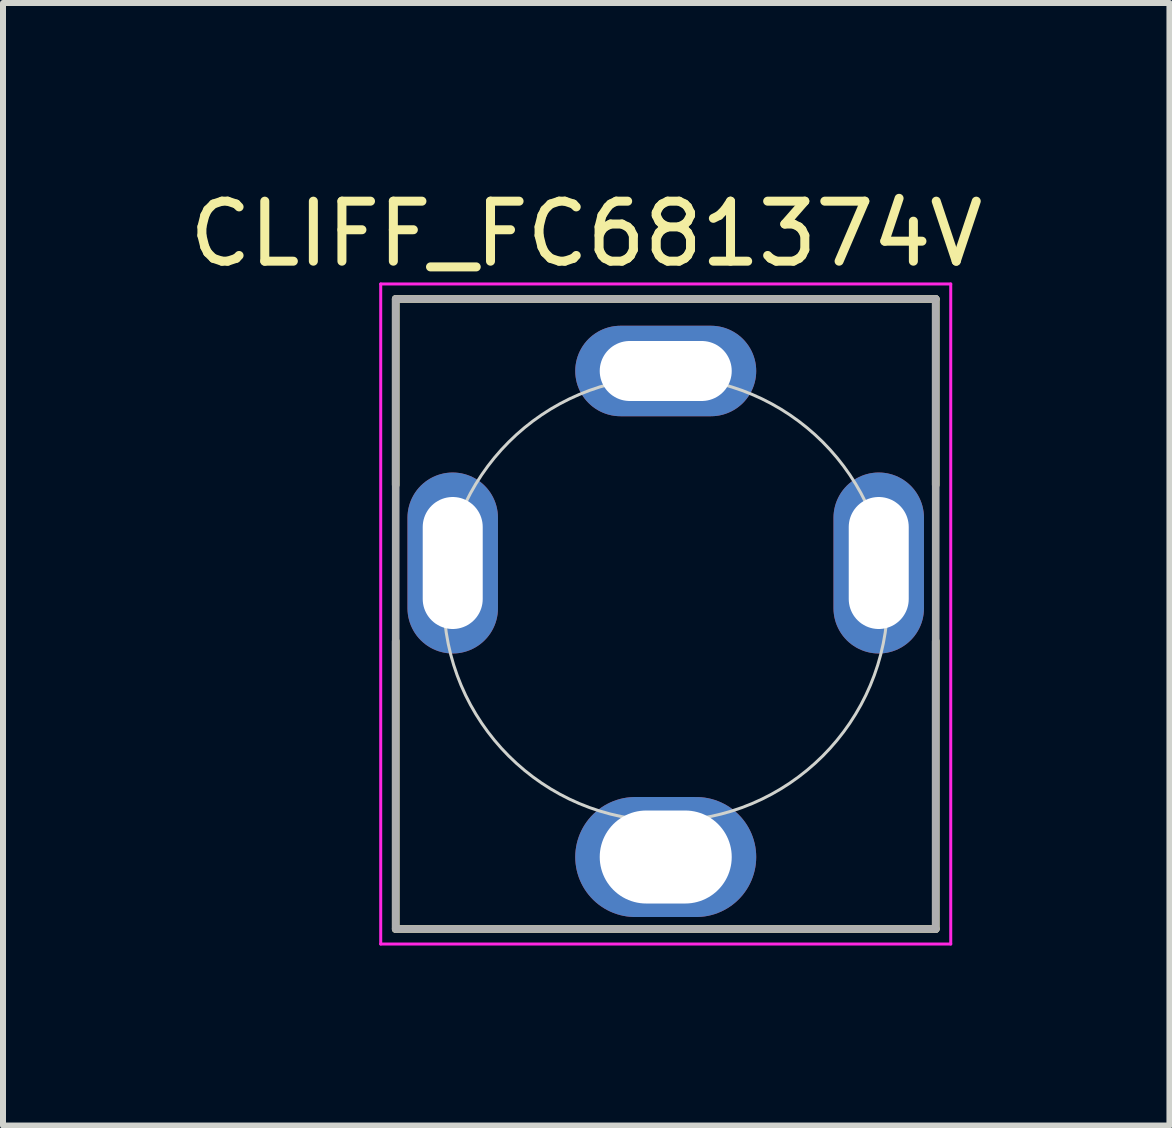
<source format=kicad_pcb>
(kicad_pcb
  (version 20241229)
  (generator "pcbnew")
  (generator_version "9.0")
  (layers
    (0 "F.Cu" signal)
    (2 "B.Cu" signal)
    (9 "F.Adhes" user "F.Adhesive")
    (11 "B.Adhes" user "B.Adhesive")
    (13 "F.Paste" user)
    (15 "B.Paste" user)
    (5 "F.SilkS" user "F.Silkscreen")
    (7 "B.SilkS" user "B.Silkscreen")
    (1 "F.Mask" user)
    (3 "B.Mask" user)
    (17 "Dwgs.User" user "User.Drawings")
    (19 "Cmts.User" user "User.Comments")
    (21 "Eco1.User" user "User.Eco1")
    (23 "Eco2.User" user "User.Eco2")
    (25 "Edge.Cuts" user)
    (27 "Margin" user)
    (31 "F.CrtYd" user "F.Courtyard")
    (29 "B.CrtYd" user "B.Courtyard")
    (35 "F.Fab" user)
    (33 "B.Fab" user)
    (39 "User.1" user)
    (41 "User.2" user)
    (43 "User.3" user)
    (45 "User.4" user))
  (footprint "CLIFF_FC681374V"
    (layer "F.Cu")
    (at 8.045 7.183)
    (property "Reference" "CLIFF_FC681374V" (at -1.325 -6.335 0) (layer "F.SilkS") (effects (font (size 1 1) (thickness 0.15))))
    (attr through_hole)
    (fp_line (start -4.5 -5.25) (end -4.5 -2.15) (stroke (width 0.127) (type solid)) (layer "F.SilkS"))
    (fp_line (start -4.5 -5.25) (end 4.5 -5.25) (stroke (width 0.127) (type solid)) (layer "F.SilkS"))
    (fp_line (start -4.5 5.25) (end -4.5 0.45) (stroke (width 0.127) (type solid)) (layer "F.SilkS"))
    (fp_line (start 4.5 -5.25) (end 4.5 -2.15) (stroke (width 0.127) (type solid)) (layer "F.SilkS"))
    (fp_line (start 4.5 5.25) (end -4.5 5.25) (stroke (width 0.127) (type solid)) (layer "F.SilkS"))
    (fp_line (start 4.5 5.25) (end 4.5 0.45) (stroke (width 0.127) (type solid)) (layer "F.SilkS"))
    (fp_circle (center 0 -0.25) (end 3.7 -0.25) (stroke (width 0.05) (type default)) (fill no) (layer "Edge.Cuts"))
    (fp_line (start -4.75 -5.5) (end 4.75 -5.5) (stroke (width 0.05) (type solid)) (layer "F.CrtYd"))
    (fp_line (start -4.75 5.5) (end -4.75 -5.5) (stroke (width 0.05) (type solid)) (layer "F.CrtYd"))
    (fp_line (start 4.75 -5.5) (end 4.75 5.5) (stroke (width 0.05) (type solid)) (layer "F.CrtYd"))
    (fp_line (start 4.75 5.5) (end -4.75 5.5) (stroke (width 0.05) (type solid)) (layer "F.CrtYd"))
    (fp_line (start -4.5 -5.25) (end 4.5 -5.25) (stroke (width 0.127) (type solid)) (layer "F.Fab"))
    (fp_line (start -4.5 5.25) (end -4.5 -5.25) (stroke (width 0.127) (type solid)) (layer "F.Fab"))
    (fp_line (start 4.5 -5.25) (end 4.5 5.25) (stroke (width 0.127) (type solid)) (layer "F.Fab"))
    (fp_line (start 4.5 5.25) (end -4.5 5.25) (stroke (width 0.127) (type solid)) (layer "F.Fab"))
    (pad "1" thru_hole oval (at 3.55 -0.85) (size 1.508 3.016) (drill oval 1 2.2) (layers "*.Cu" "*.Mask"))
    (pad "2" thru_hole oval (at 0 -4.05) (size 3.016 1.508) (drill oval 2.2 1) (layers "*.Cu" "*.Mask"))
    (pad "4" thru_hole oval (at -3.55 -0.85) (size 1.508 3.016) (drill oval 1 2.2) (layers "*.Cu" "*.Mask"))
    (pad "5" thru_hole oval (at 0 4.05) (size 3.016 2) (drill oval 2.2 1.55) (layers "*.Cu" "*.Mask")))
  (gr_rect
    (start -3 -3)
    (end 16.44 15.708)
    (stroke (width 0.1) (type default))
    (fill no)
    (layer "Edge.Cuts")))
</source>
